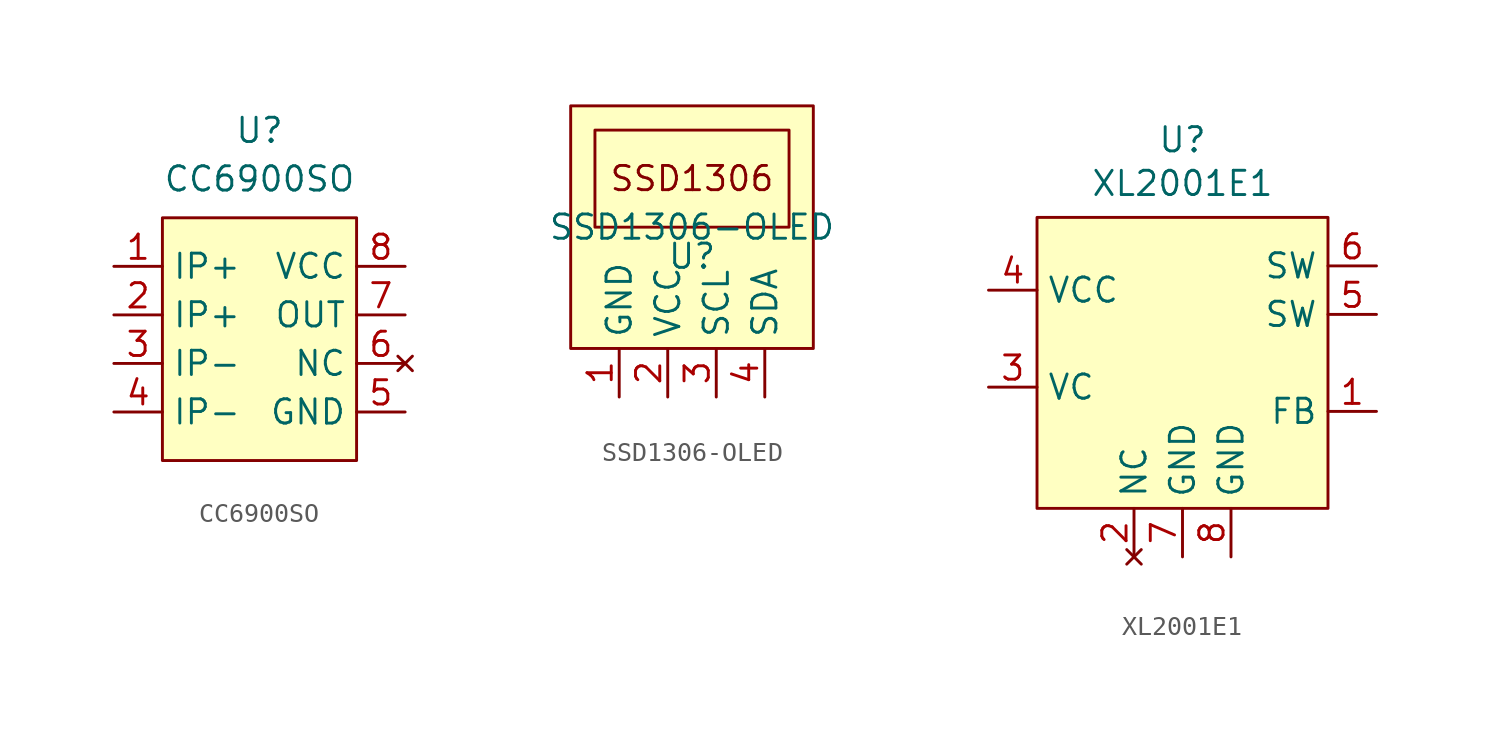
<source format=kicad_sym>
(kicad_symbol_lib
  (version 20231120)
  (generator "kicad_symbol_editor")
  (generator_version "8.0")
  (symbol "CC6900SO"
    (property "Reference" "U"
      (at 0 10.922 0)
      (effects (font (size 1.27 1.27))))
    (property "Value" "CC6900SO"
      (at 0 8.382 0)
      (effects (font (size 1.27 1.27))))
    (symbol "CC6900SO_1_1"
      (rectangle (start -5.08 6.35) (end 5.08 -6.35) (stroke (width 0) (type default)) (fill (type background)))
      (pin input line (at -7.62 3.81 0) (length 2.54) (name "IP+" (effects (font (size 1.27 1.27)))) (number "1" (effects (font (size 1.27 1.27)))))
      (pin input line (at -7.62 1.27 0) (length 2.54) (name "IP+" (effects (font (size 1.27 1.27)))) (number "2" (effects (font (size 1.27 1.27)))))
      (pin output line (at -7.62 -1.27 0) (length 2.54) (name "IP-" (effects (font (size 1.27 1.27)))) (number "3" (effects (font (size 1.27 1.27)))))
      (pin output line (at -7.62 -3.81 0) (length 2.54) (name "IP-" (effects (font (size 1.27 1.27)))) (number "4" (effects (font (size 1.27 1.27)))))
      (pin output line (at 7.62 -3.81 180) (length 2.54) (name "GND" (effects (font (size 1.27 1.27)))) (number "5" (effects (font (size 1.27 1.27)))))
      (pin no_connect line (at 7.62 -1.27 180) (length 2.54) (name "NC" (effects (font (size 1.27 1.27)))) (number "6" (effects (font (size 1.27 1.27)))))
      (pin output line (at 7.62 1.27 180) (length 2.54) (name "OUT" (effects (font (size 1.27 1.27)))) (number "7" (effects (font (size 1.27 1.27)))))
      (pin input line (at 7.62 3.81 180) (length 2.54) (name "VCC" (effects (font (size 1.27 1.27)))) (number "8" (effects (font (size 1.27 1.27)))))))
  (symbol "SSD1306-OLED"
    (property "Reference" "U"
      (at 0 -1.524 0)
      (effects (font (size 1.27 1.27))))
    (property "Value" "SSD1306-OLED"
      (at 0 0 0)
      (effects (font (size 1.27 1.27))))
    (symbol "SSD1306-OLED_1_1"
      (rectangle (start -6.35 6.35) (end 6.35 -6.35) (stroke (width 0) (type default)) (fill (type background)))
      (rectangle (start -5.08 5.08) (end 5.08 0) (stroke (width 0) (type default)) (fill (type none)))
      (text "SSD1306" (at 0 2.54 0) (effects (font (size 1.27 1.27))))
      (pin power_out line (at -3.81 -8.89 90) (length 2.54) (name "GND" (effects (font (size 1.27 1.27)))) (number "1" (effects (font (size 1.27 1.27)))))
      (pin power_in line (at -1.27 -8.89 90) (length 2.54) (name "VCC" (effects (font (size 1.27 1.27)))) (number "2" (effects (font (size 1.27 1.27)))))
      (pin input line (at 1.27 -8.89 90) (length 2.54) (name "SCL" (effects (font (size 1.27 1.27)))) (number "3" (effects (font (size 1.27 1.27)))))
      (pin bidirectional line (at 3.81 -8.89 90) (length 2.54) (name "SDA" (effects (font (size 1.27 1.27)))) (number "4" (effects (font (size 1.27 1.27)))))))
  (symbol "XL2001E1"
    (property "Reference" "U"
      (at 0 11.684 0)
      (effects (font (size 1.27 1.27))))
    (property "Value" "XL2001E1"
      (at 0 9.398 0)
      (effects (font (size 1.27 1.27))))
    (symbol "XL2001E1_1_1"
      (rectangle (start -7.62 7.62) (end 7.62 -7.62) (stroke (width 0) (type default)) (fill (type background)))
      (pin input line (at 10.16 -2.54 180) (length 2.54) (name "FB" (effects (font (size 1.27 1.27)))) (number "1" (effects (font (size 1.27 1.27)))))
      (pin no_connect line (at -2.54 -10.16 90) (length 2.54) (name "NC" (effects (font (size 1.27 1.27)))) (number "2" (effects (font (size 1.27 1.27)))))
      (pin input line (at -10.16 -1.27 0) (length 2.54) (name "VC" (effects (font (size 1.27 1.27)))) (number "3" (effects (font (size 1.27 1.27)))))
      (pin input line (at -10.16 3.81 0) (length 2.54) (name "VCC" (effects (font (size 1.27 1.27)))) (number "4" (effects (font (size 1.27 1.27)))))
      (pin output line (at 10.16 2.54 180) (length 2.54) (name "SW" (effects (font (size 1.27 1.27)))) (number "5" (effects (font (size 1.27 1.27)))))
      (pin output line (at 10.16 5.08 180) (length 2.54) (name "SW" (effects (font (size 1.27 1.27)))) (number "6" (effects (font (size 1.27 1.27)))))
      (pin output line (at 0 -10.16 90) (length 2.54) (name "GND" (effects (font (size 1.27 1.27)))) (number "7" (effects (font (size 1.27 1.27)))))
      (pin output line (at 2.54 -10.16 90) (length 2.54) (name "GND" (effects (font (size 1.27 1.27)))) (number "8" (effects (font (size 1.27 1.27))))))))
</source>
